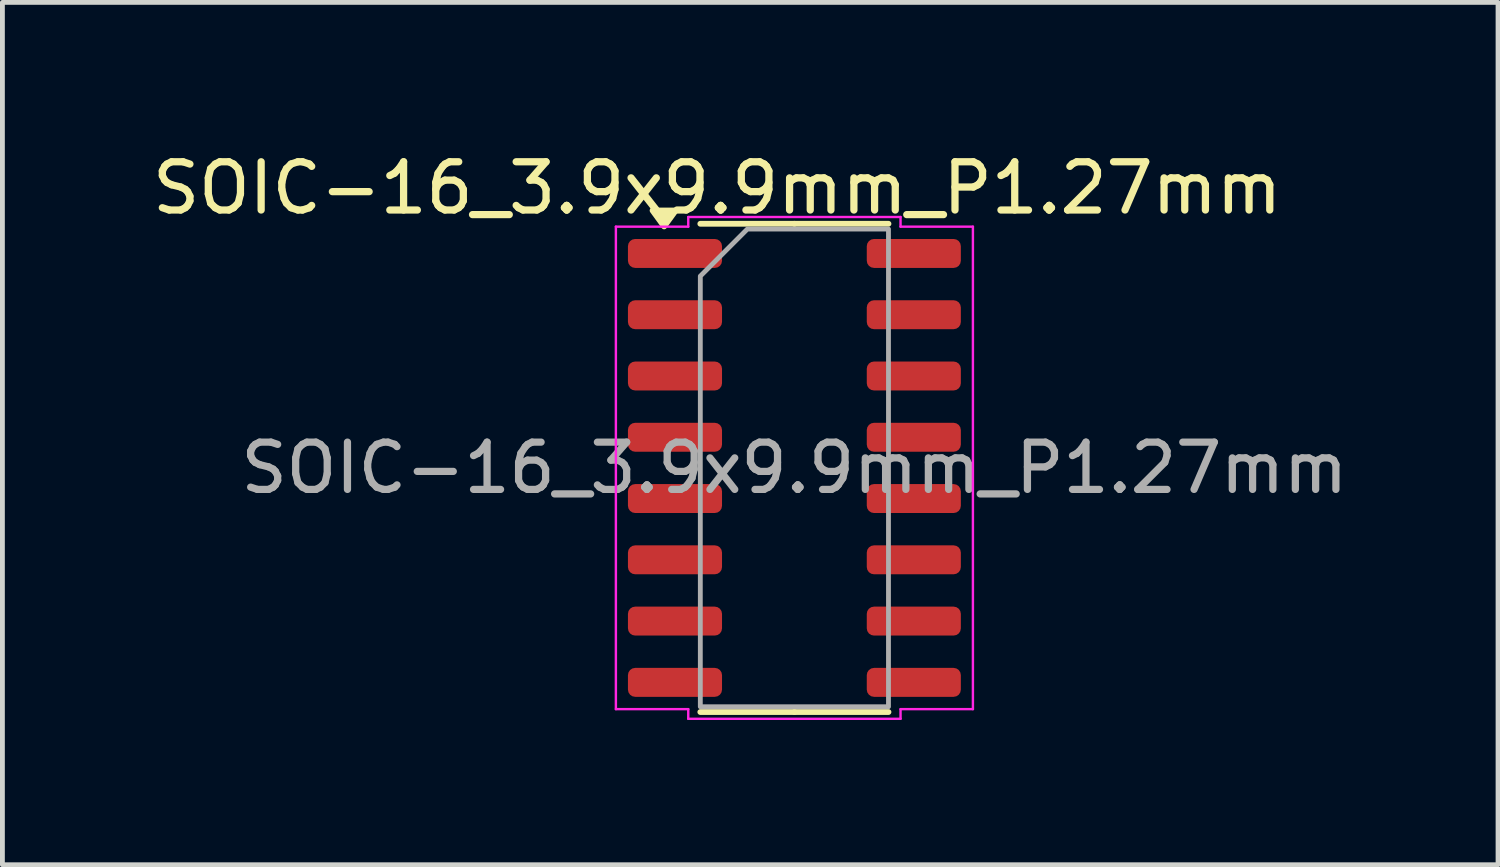
<source format=kicad_pcb>
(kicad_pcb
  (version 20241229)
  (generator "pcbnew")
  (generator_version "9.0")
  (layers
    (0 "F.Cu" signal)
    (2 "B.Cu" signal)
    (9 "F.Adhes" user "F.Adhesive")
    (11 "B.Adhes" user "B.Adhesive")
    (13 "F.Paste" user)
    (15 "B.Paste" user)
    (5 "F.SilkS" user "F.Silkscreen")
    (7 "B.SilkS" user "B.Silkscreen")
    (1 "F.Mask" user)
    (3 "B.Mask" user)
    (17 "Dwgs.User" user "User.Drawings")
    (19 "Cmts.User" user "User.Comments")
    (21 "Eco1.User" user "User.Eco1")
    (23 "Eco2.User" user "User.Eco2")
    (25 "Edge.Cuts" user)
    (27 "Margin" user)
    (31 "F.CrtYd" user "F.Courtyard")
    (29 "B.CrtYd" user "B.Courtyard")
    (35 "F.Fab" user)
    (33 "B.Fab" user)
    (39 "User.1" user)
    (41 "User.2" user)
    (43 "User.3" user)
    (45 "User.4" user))
  (footprint "SOIC-16_3.9x9.9mm_P1.27mm"
    (layer "F.Cu")
    (at 13.415 6.648)
    (property "Reference" "SOIC-16_3.9x9.9mm_P1.27mm" (at -1.6 -5.8 0) (layer "F.SilkS") (effects (font (size 1 1) (thickness 0.15))))
    (attr smd)
    (fp_line (start 0 -5.06) (end -1.95 -5.06) (stroke (width 0.12) (type solid)) (layer "F.SilkS"))
    (fp_line (start 0 -5.06) (end 1.95 -5.06) (stroke (width 0.12) (type solid)) (layer "F.SilkS"))
    (fp_line (start 0 5.06) (end -1.95 5.06) (stroke (width 0.12) (type solid)) (layer "F.SilkS"))
    (fp_line (start 0 5.06) (end 1.95 5.06) (stroke (width 0.12) (type solid)) (layer "F.SilkS"))
    (fp_poly (pts (xy -2.7 -5.005) (xy -2.94 -5.335) (xy -2.46 -5.335)) (stroke (width 0.12) (type solid)) (fill yes) (layer "F.SilkS"))
    (fp_line (start -3.7 -5) (end -2.2 -5) (stroke (width 0.05) (type solid)) (layer "F.CrtYd"))
    (fp_line (start -3.7 5) (end -3.7 -5) (stroke (width 0.05) (type solid)) (layer "F.CrtYd"))
    (fp_line (start -2.2 -5.2) (end 2.2 -5.2) (stroke (width 0.05) (type solid)) (layer "F.CrtYd"))
    (fp_line (start -2.2 -5) (end -2.2 -5.2) (stroke (width 0.05) (type solid)) (layer "F.CrtYd"))
    (fp_line (start -2.2 5) (end -3.7 5) (stroke (width 0.05) (type solid)) (layer "F.CrtYd"))
    (fp_line (start -2.2 5.2) (end -2.2 5) (stroke (width 0.05) (type solid)) (layer "F.CrtYd"))
    (fp_line (start 2.2 -5.2) (end 2.2 -5) (stroke (width 0.05) (type solid)) (layer "F.CrtYd"))
    (fp_line (start 2.2 -5) (end 3.7 -5) (stroke (width 0.05) (type solid)) (layer "F.CrtYd"))
    (fp_line (start 2.2 5) (end 2.2 5.2) (stroke (width 0.05) (type solid)) (layer "F.CrtYd"))
    (fp_line (start 2.2 5.2) (end -2.2 5.2) (stroke (width 0.05) (type solid)) (layer "F.CrtYd"))
    (fp_line (start 3.7 -5) (end 3.7 5) (stroke (width 0.05) (type solid)) (layer "F.CrtYd"))
    (fp_line (start 3.7 5) (end 2.2 5) (stroke (width 0.05) (type solid)) (layer "F.CrtYd"))
    (fp_poly (pts (xy -1.95 -3.975) (xy -1.95 4.95) (xy 1.95 4.95) (xy 1.95 -4.95) (xy -0.975 -4.95)) (stroke (width 0.1) (type solid)) (fill no) (layer "F.Fab"))
    (fp_text user "${REFERENCE}" (at 0 0 0) (layer "F.Fab") (effects (font (size 0.98 0.98) (thickness 0.15))))
    (pad "1" smd roundrect (at -2.475 -4.445) (size 1.95 0.6) (layers "F.Cu" "F.Mask" "F.Paste") (roundrect_rratio 0.25))
    (pad "2" smd roundrect (at -2.475 -3.175) (size 1.95 0.6) (layers "F.Cu" "F.Mask" "F.Paste") (roundrect_rratio 0.25))
    (pad "3" smd roundrect (at -2.475 -1.905) (size 1.95 0.6) (layers "F.Cu" "F.Mask" "F.Paste") (roundrect_rratio 0.25))
    (pad "4" smd roundrect (at -2.475 -0.635) (size 1.95 0.6) (layers "F.Cu" "F.Mask" "F.Paste") (roundrect_rratio 0.25))
    (pad "5" smd roundrect (at -2.475 0.635) (size 1.95 0.6) (layers "F.Cu" "F.Mask" "F.Paste") (roundrect_rratio 0.25))
    (pad "6" smd roundrect (at -2.475 1.905) (size 1.95 0.6) (layers "F.Cu" "F.Mask" "F.Paste") (roundrect_rratio 0.25))
    (pad "7" smd roundrect (at -2.475 3.175) (size 1.95 0.6) (layers "F.Cu" "F.Mask" "F.Paste") (roundrect_rratio 0.25))
    (pad "8" smd roundrect (at -2.475 4.445) (size 1.95 0.6) (layers "F.Cu" "F.Mask" "F.Paste") (roundrect_rratio 0.25))
    (pad "9" smd roundrect (at 2.475 4.445) (size 1.95 0.6) (layers "F.Cu" "F.Mask" "F.Paste") (roundrect_rratio 0.25))
    (pad "10" smd roundrect (at 2.475 3.175) (size 1.95 0.6) (layers "F.Cu" "F.Mask" "F.Paste") (roundrect_rratio 0.25))
    (pad "11" smd roundrect (at 2.475 1.905) (size 1.95 0.6) (layers "F.Cu" "F.Mask" "F.Paste") (roundrect_rratio 0.25))
    (pad "12" smd roundrect (at 2.475 0.635) (size 1.95 0.6) (layers "F.Cu" "F.Mask" "F.Paste") (roundrect_rratio 0.25))
    (pad "13" smd roundrect (at 2.475 -0.635) (size 1.95 0.6) (layers "F.Cu" "F.Mask" "F.Paste") (roundrect_rratio 0.25))
    (pad "14" smd roundrect (at 2.475 -1.905) (size 1.95 0.6) (layers "F.Cu" "F.Mask" "F.Paste") (roundrect_rratio 0.25))
    (pad "15" smd roundrect (at 2.475 -3.175) (size 1.95 0.6) (layers "F.Cu" "F.Mask" "F.Paste") (roundrect_rratio 0.25))
    (pad "16" smd roundrect (at 2.475 -4.445) (size 1.95 0.6) (layers "F.Cu" "F.Mask" "F.Paste") (roundrect_rratio 0.25)))
  (gr_rect
    (start -3 -3)
    (end 27.999 14.873)
    (stroke (width 0.1) (type default))
    (fill no)
    (layer "Edge.Cuts")))
</source>
